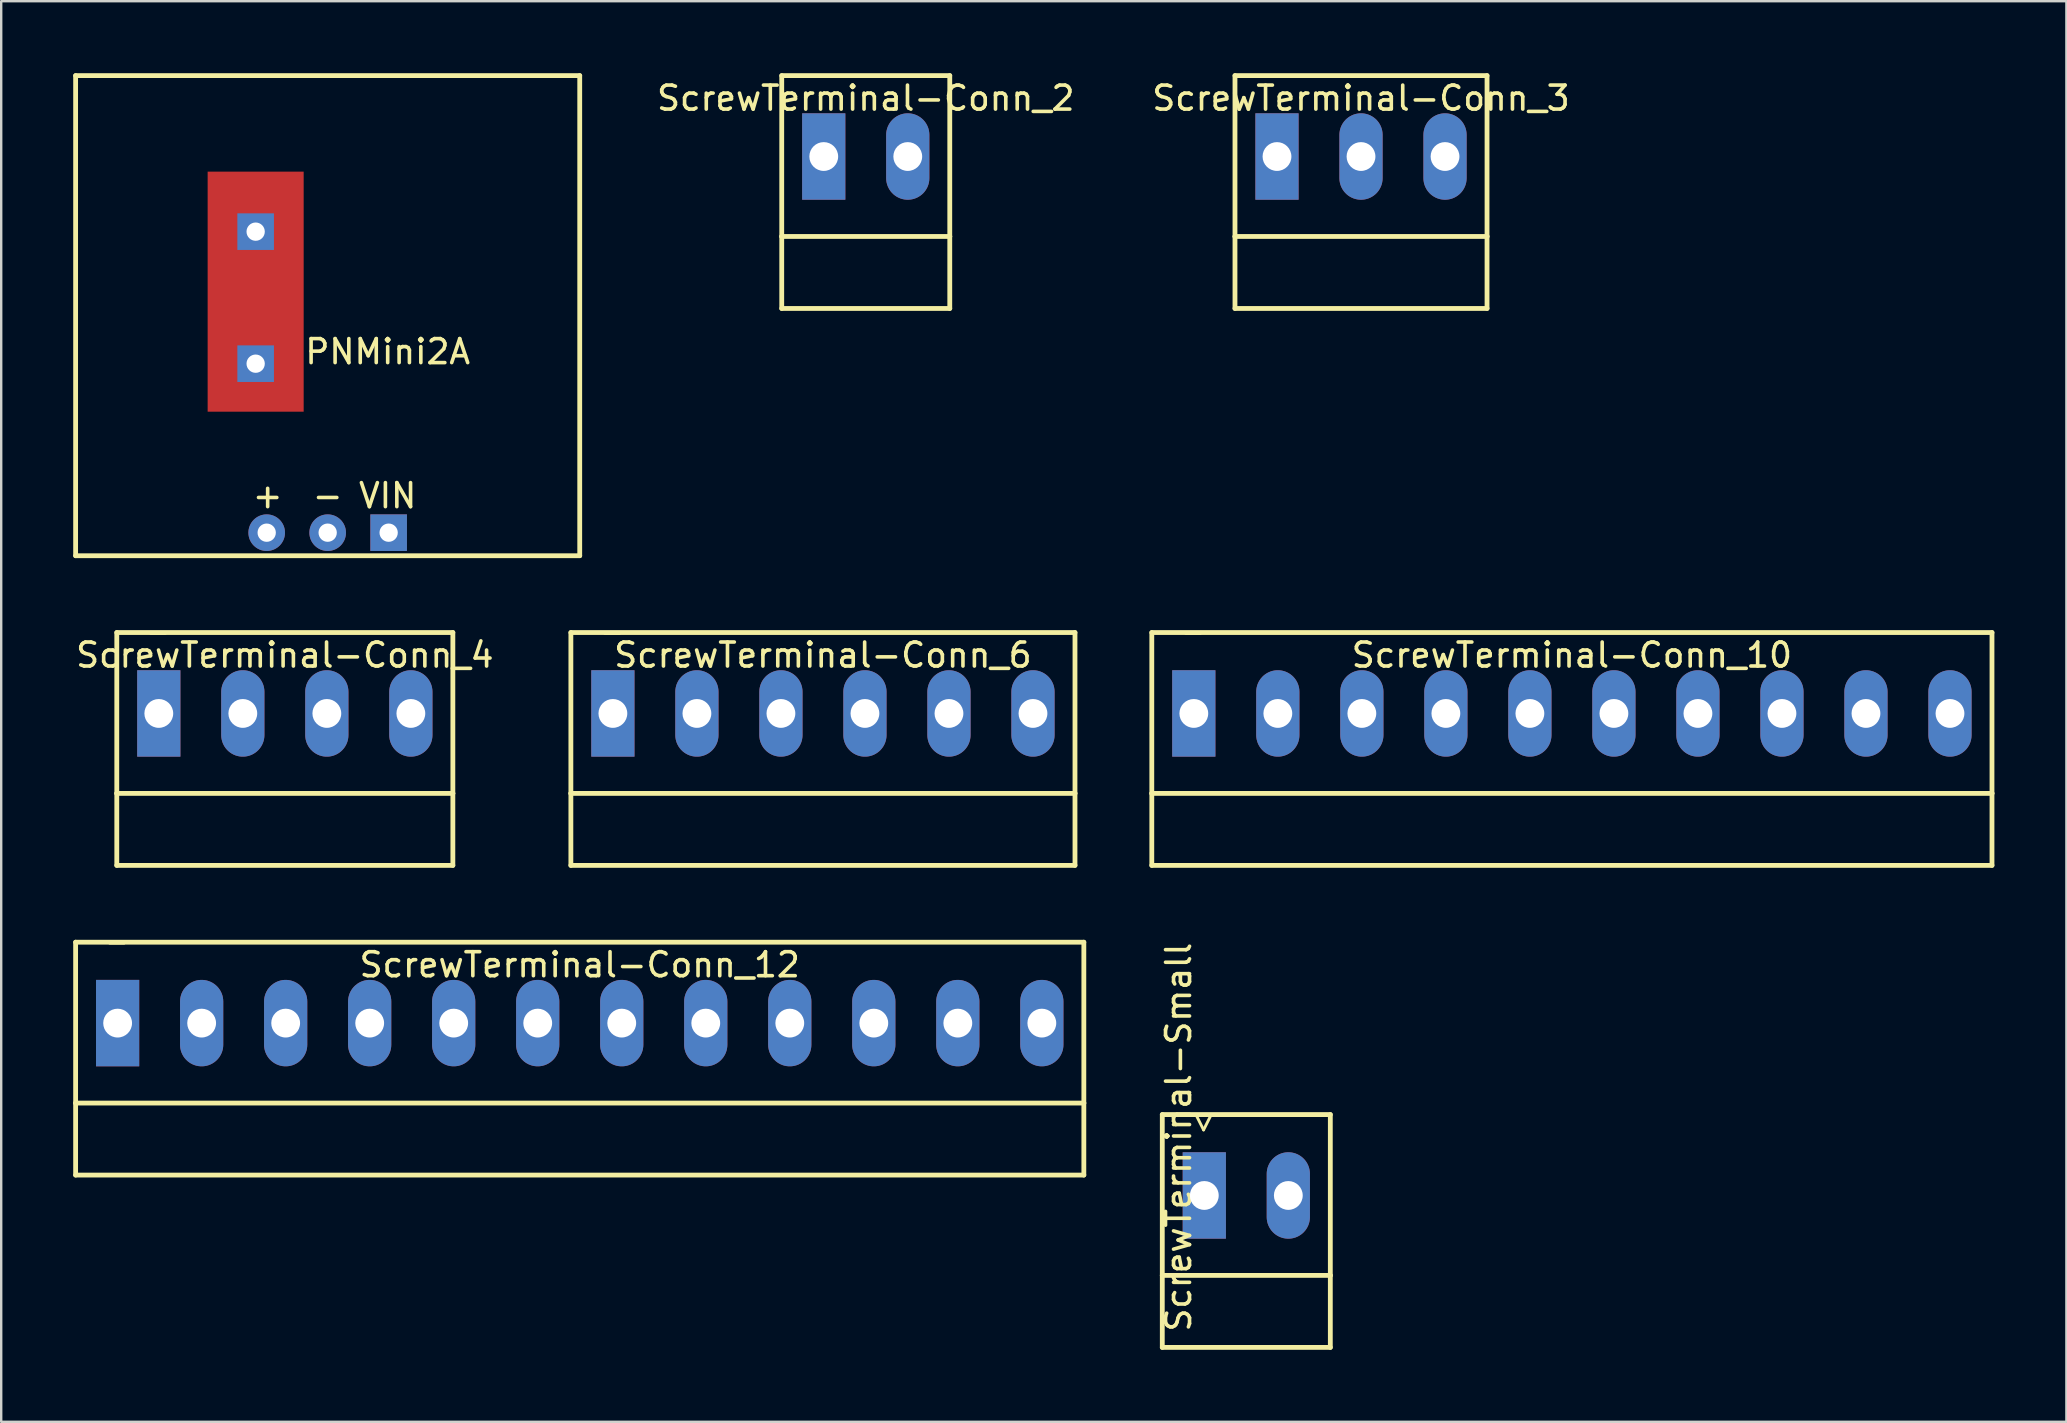
<source format=kicad_pcb>
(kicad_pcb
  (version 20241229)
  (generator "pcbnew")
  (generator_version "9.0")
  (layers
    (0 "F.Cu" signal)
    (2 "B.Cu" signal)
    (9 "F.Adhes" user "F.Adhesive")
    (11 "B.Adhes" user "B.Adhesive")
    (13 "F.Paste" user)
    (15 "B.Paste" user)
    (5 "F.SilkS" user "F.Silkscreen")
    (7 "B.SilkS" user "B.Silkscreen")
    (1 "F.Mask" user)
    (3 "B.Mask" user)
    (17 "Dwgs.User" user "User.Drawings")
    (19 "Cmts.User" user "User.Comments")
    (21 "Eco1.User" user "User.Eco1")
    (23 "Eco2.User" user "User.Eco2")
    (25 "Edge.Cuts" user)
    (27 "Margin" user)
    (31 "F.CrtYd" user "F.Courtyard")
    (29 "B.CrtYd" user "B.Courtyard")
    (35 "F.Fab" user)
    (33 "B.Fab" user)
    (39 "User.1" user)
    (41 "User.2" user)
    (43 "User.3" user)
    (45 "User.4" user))
  (footprint "ScrewTerminal-Conn_6"
    (layer "F.Cu")
    (at 31.231 26.67)
    (property "Reference" "ScrewTerminal-Conn_6" (at 0 -2.43 180) (layer "F.SilkS") (effects (font (size 1 1) (thickness 0.15))))
    (attr through_hole)
    (fp_line (start -10.5 -3.37) (end 10.5 -3.37) (stroke (width 0.2) (type solid)) (layer "F.SilkS"))
    (fp_line (start -10.5 3.33) (end -10.5 -3.37) (stroke (width 0.2) (type solid)) (layer "F.SilkS"))
    (fp_line (start -10.5 3.33) (end 10.5 3.33) (stroke (width 0.2) (type solid)) (layer "F.SilkS"))
    (fp_line (start -10.5 6.33) (end -10.5 3.33) (stroke (width 0.2) (type solid)) (layer "F.SilkS"))
    (fp_line (start -9.08 -3.33) (end -8.48 -3.33) (stroke (width 0.12) (type solid)) (layer "F.SilkS"))
    (fp_line (start 10.5 -3.37) (end 10.5 3.33) (stroke (width 0.2) (type solid)) (layer "F.SilkS"))
    (fp_line (start 10.5 3.33) (end 10.5 6.33) (stroke (width 0.2) (type solid)) (layer "F.SilkS"))
    (fp_line (start 10.5 6.33) (end -10.5 6.33) (stroke (width 0.2) (type solid)) (layer "F.SilkS"))
    (pad "1" thru_hole rect (at -8.75 0) (size 1.8 3.6) (drill 1.2) (layers "*.Cu" "*.Mask"))
    (pad "2" thru_hole oval (at -5.25 0) (size 1.8 3.6) (drill 1.2) (layers "*.Cu" "*.Mask"))
    (pad "3" thru_hole oval (at -1.75 0) (size 1.8 3.6) (drill 1.2) (layers "*.Cu" "*.Mask"))
    (pad "4" thru_hole oval (at 1.75 0) (size 1.8 3.6) (drill 1.2) (layers "*.Cu" "*.Mask"))
    (pad "5" thru_hole oval (at 5.25 0) (size 1.8 3.6) (drill 1.2) (layers "*.Cu" "*.Mask"))
    (pad "6" thru_hole oval (at 8.75 0) (size 1.8 3.6) (drill 1.2) (layers "*.Cu" "*.Mask")))
  (footprint "ScrewTerminal-Conn_10"
    (layer "F.Cu")
    (at 62.431 26.67)
    (property "Reference" "ScrewTerminal-Conn_10" (at 0 -2.43 180) (layer "F.SilkS") (effects (font (size 1 1) (thickness 0.15))))
    (attr through_hole)
    (fp_line (start -17.5 -3.37) (end 17.5 -3.37) (stroke (width 0.2) (type solid)) (layer "F.SilkS"))
    (fp_line (start -17.5 3.33) (end -17.5 -3.37) (stroke (width 0.2) (type solid)) (layer "F.SilkS"))
    (fp_line (start -17.5 3.33) (end 17.5 3.33) (stroke (width 0.2) (type solid)) (layer "F.SilkS"))
    (fp_line (start -17.5 6.33) (end -17.5 3.33) (stroke (width 0.2) (type solid)) (layer "F.SilkS"))
    (fp_line (start -16.08 -3.33) (end -15.48 -3.33) (stroke (width 0.12) (type solid)) (layer "F.SilkS"))
    (fp_line (start 17.5 -3.37) (end 17.5 3.33) (stroke (width 0.2) (type solid)) (layer "F.SilkS"))
    (fp_line (start 17.5 3.33) (end 17.5 6.33) (stroke (width 0.2) (type solid)) (layer "F.SilkS"))
    (fp_line (start 17.5 6.33) (end -17.5 6.33) (stroke (width 0.2) (type solid)) (layer "F.SilkS"))
    (pad "1" thru_hole rect (at -15.75 0) (size 1.8 3.6) (drill 1.2) (layers "*.Cu" "*.Mask"))
    (pad "2" thru_hole oval (at -12.25 0) (size 1.8 3.6) (drill 1.2) (layers "*.Cu" "*.Mask"))
    (pad "3" thru_hole oval (at -8.75 0) (size 1.8 3.6) (drill 1.2) (layers "*.Cu" "*.Mask"))
    (pad "4" thru_hole oval (at -5.25 0) (size 1.8 3.6) (drill 1.2) (layers "*.Cu" "*.Mask"))
    (pad "5" thru_hole oval (at -1.75 0) (size 1.8 3.6) (drill 1.2) (layers "*.Cu" "*.Mask"))
    (pad "6" thru_hole oval (at 1.75 0) (size 1.8 3.6) (drill 1.2) (layers "*.Cu" "*.Mask"))
    (pad "7" thru_hole oval (at 5.25 0) (size 1.8 3.6) (drill 1.2) (layers "*.Cu" "*.Mask"))
    (pad "8" thru_hole oval (at 8.75 0) (size 1.8 3.6) (drill 1.2) (layers "*.Cu" "*.Mask"))
    (pad "9" thru_hole oval (at 12.25 0) (size 1.8 3.6) (drill 1.2) (layers "*.Cu" "*.Mask"))
    (pad "10" thru_hole oval (at 15.75 0) (size 1.8 3.6) (drill 1.2) (layers "*.Cu" "*.Mask")))
  (footprint "ScrewTerminal-Small"
    (layer "F.Cu")
    (at 48.868 46.75)
    (property "Reference" "ScrewTerminal-Small" (at -2.82 -2.43 90) (layer "F.SilkS") (effects (font (size 1 1) (thickness 0.15))))
    (attr through_hole)
    (fp_line (start -3.5 -3.37) (end 3.5 -3.37) (stroke (width 0.2) (type solid)) (layer "F.SilkS"))
    (fp_line (start -3.5 3.33) (end -3.5 -3.37) (stroke (width 0.2) (type solid)) (layer "F.SilkS"))
    (fp_line (start -3.5 3.33) (end 3.5 3.33) (stroke (width 0.2) (type solid)) (layer "F.SilkS"))
    (fp_line (start -3.5 6.33) (end -3.5 3.33) (stroke (width 0.2) (type solid)) (layer "F.SilkS"))
    (fp_line (start -2.08 -3.33) (end -1.48 -3.33) (stroke (width 0.12) (type solid)) (layer "F.SilkS"))
    (fp_line (start -1.78 -2.73) (end -2.08 -3.33) (stroke (width 0.12) (type solid)) (layer "F.SilkS"))
    (fp_line (start -1.48 -3.33) (end -1.78 -2.73) (stroke (width 0.12) (type solid)) (layer "F.SilkS"))
    (fp_line (start 3.5 -3.37) (end 3.5 3.33) (stroke (width 0.2) (type solid)) (layer "F.SilkS"))
    (fp_line (start 3.5 3.33) (end 3.5 6.33) (stroke (width 0.2) (type solid)) (layer "F.SilkS"))
    (fp_line (start 3.5 6.33) (end -3.5 6.33) (stroke (width 0.2) (type solid)) (layer "F.SilkS"))
    (pad "1" thru_hole rect (at -1.75 0) (size 1.8 3.6) (drill 1.2) (layers "*.Cu" "*.Mask"))
    (pad "2" thru_hole oval (at 1.75 0) (size 1.8 3.6) (drill 1.2) (layers "*.Cu" "*.Mask")))
  (footprint "ScrewTerminal-Conn_3"
    (layer "F.Cu")
    (at 53.646 3.47)
    (property "Reference" "ScrewTerminal-Conn_3" (at 0 -2.43 180) (layer "F.SilkS") (effects (font (size 1 1) (thickness 0.15))))
    (attr through_hole)
    (fp_line (start -5.25 -3.37) (end 5.25 -3.37) (stroke (width 0.2) (type solid)) (layer "F.SilkS"))
    (fp_line (start -5.25 3.33) (end -5.25 -3.37) (stroke (width 0.2) (type solid)) (layer "F.SilkS"))
    (fp_line (start -5.25 3.33) (end 5.25 3.33) (stroke (width 0.2) (type solid)) (layer "F.SilkS"))
    (fp_line (start -5.25 6.33) (end -5.25 3.33) (stroke (width 0.2) (type solid)) (layer "F.SilkS"))
    (fp_line (start -3.83 -3.33) (end -3.23 -3.33) (stroke (width 0.12) (type solid)) (layer "F.SilkS"))
    (fp_line (start 5.25 -3.37) (end 5.25 3.33) (stroke (width 0.2) (type solid)) (layer "F.SilkS"))
    (fp_line (start 5.25 3.33) (end 5.25 6.33) (stroke (width 0.2) (type solid)) (layer "F.SilkS"))
    (fp_line (start 5.25 6.33) (end -5.25 6.33) (stroke (width 0.2) (type solid)) (layer "F.SilkS"))
    (pad "1" thru_hole rect (at -3.5 0) (size 1.8 3.6) (drill 1.2) (layers "*.Cu" "*.Mask"))
    (pad "2" thru_hole oval (at 0 0) (size 1.8 3.6) (drill 1.2) (layers "*.Cu" "*.Mask"))
    (pad "3" thru_hole oval (at 3.5 0) (size 1.8 3.6) (drill 1.2) (layers "*.Cu" "*.Mask")))
  (footprint "ScrewTerminal-Conn_4"
    (layer "F.Cu")
    (at 8.815 26.67)
    (property "Reference" "ScrewTerminal-Conn_4" (at 0 -2.43 180) (layer "F.SilkS") (effects (font (size 1 1) (thickness 0.15))))
    (attr through_hole)
    (fp_line (start -7 -3.37) (end 7 -3.37) (stroke (width 0.2) (type solid)) (layer "F.SilkS"))
    (fp_line (start -7 3.33) (end -7 -3.37) (stroke (width 0.2) (type solid)) (layer "F.SilkS"))
    (fp_line (start -7 3.33) (end 7 3.33) (stroke (width 0.2) (type solid)) (layer "F.SilkS"))
    (fp_line (start -7 6.33) (end -7 3.33) (stroke (width 0.2) (type solid)) (layer "F.SilkS"))
    (fp_line (start -5.58 -3.33) (end -4.98 -3.33) (stroke (width 0.12) (type solid)) (layer "F.SilkS"))
    (fp_line (start 7 -3.37) (end 7 3.33) (stroke (width 0.2) (type solid)) (layer "F.SilkS"))
    (fp_line (start 7 3.33) (end 7 6.33) (stroke (width 0.2) (type solid)) (layer "F.SilkS"))
    (fp_line (start 7 6.33) (end -7 6.33) (stroke (width 0.2) (type solid)) (layer "F.SilkS"))
    (pad "1" thru_hole rect (at -5.25 0) (size 1.8 3.6) (drill 1.2) (layers "*.Cu" "*.Mask"))
    (pad "2" thru_hole oval (at -1.75 0) (size 1.8 3.6) (drill 1.2) (layers "*.Cu" "*.Mask"))
    (pad "3" thru_hole oval (at 1.75 0) (size 1.8 3.6) (drill 1.2) (layers "*.Cu" "*.Mask"))
    (pad "4" thru_hole oval (at 5.25 0) (size 1.8 3.6) (drill 1.2) (layers "*.Cu" "*.Mask")))
  (footprint "ScrewTerminal-Conn_12"
    (layer "F.Cu")
    (at 21.1 39.57)
    (property "Reference" "ScrewTerminal-Conn_12" (at 0 -2.43 180) (layer "F.SilkS") (effects (font (size 1 1) (thickness 0.15))))
    (attr through_hole)
    (fp_line (start -21 -3.37) (end 21 -3.37) (stroke (width 0.2) (type solid)) (layer "F.SilkS"))
    (fp_line (start -21 3.33) (end -21 -3.37) (stroke (width 0.2) (type solid)) (layer "F.SilkS"))
    (fp_line (start -21 3.33) (end 21 3.33) (stroke (width 0.2) (type solid)) (layer "F.SilkS"))
    (fp_line (start -21 6.33) (end -21 3.33) (stroke (width 0.2) (type solid)) (layer "F.SilkS"))
    (fp_line (start -19.58 -3.33) (end -18.98 -3.33) (stroke (width 0.12) (type solid)) (layer "F.SilkS"))
    (fp_line (start 21 -3.37) (end 21 3.33) (stroke (width 0.2) (type solid)) (layer "F.SilkS"))
    (fp_line (start 21 3.33) (end 21 6.33) (stroke (width 0.2) (type solid)) (layer "F.SilkS"))
    (fp_line (start 21 6.33) (end -21 6.33) (stroke (width 0.2) (type solid)) (layer "F.SilkS"))
    (pad "1" thru_hole rect (at -19.25 0) (size 1.8 3.6) (drill 1.2) (layers "*.Cu" "*.Mask"))
    (pad "2" thru_hole oval (at -15.75 0) (size 1.8 3.6) (drill 1.2) (layers "*.Cu" "*.Mask"))
    (pad "3" thru_hole oval (at -12.25 0) (size 1.8 3.6) (drill 1.2) (layers "*.Cu" "*.Mask"))
    (pad "4" thru_hole oval (at -8.75 0) (size 1.8 3.6) (drill 1.2) (layers "*.Cu" "*.Mask"))
    (pad "5" thru_hole oval (at -5.25 0) (size 1.8 3.6) (drill 1.2) (layers "*.Cu" "*.Mask"))
    (pad "6" thru_hole oval (at -1.75 0) (size 1.8 3.6) (drill 1.2) (layers "*.Cu" "*.Mask"))
    (pad "7" thru_hole oval (at 1.75 0) (size 1.8 3.6) (drill 1.2) (layers "*.Cu" "*.Mask"))
    (pad "8" thru_hole oval (at 5.25 0) (size 1.8 3.6) (drill 1.2) (layers "*.Cu" "*.Mask"))
    (pad "9" thru_hole oval (at 8.75 0) (size 1.8 3.6) (drill 1.2) (layers "*.Cu" "*.Mask"))
    (pad "10" thru_hole oval (at 12.25 0) (size 1.8 3.6) (drill 1.2) (layers "*.Cu" "*.Mask"))
    (pad "11" thru_hole oval (at 15.75 0) (size 1.8 3.6) (drill 1.2) (layers "*.Cu" "*.Mask"))
    (pad "12" thru_hole oval (at 19.25 0) (size 1.8 3.6) (drill 1.2) (layers "*.Cu" "*.Mask")))
  (footprint "PNMini2A"
    (layer "F.Cu")
    (at 10.6 10.1)
    (property "Reference" "PNMini2A" (at 2.5 1.5 180) (layer "F.SilkS") (effects (font (size 1 1) (thickness 0.15))))
    (attr through_hole)
    (fp_line (start -10.5 -10) (end 10.5 -10) (stroke (width 0.2) (type solid)) (layer "F.SilkS"))
    (fp_line (start -10.5 10) (end -10.5 -10) (stroke (width 0.2) (type solid)) (layer "F.SilkS"))
    (fp_line (start 10.5 -10) (end 10.5 10) (stroke (width 0.2) (type solid)) (layer "F.SilkS"))
    (fp_line (start 10.5 10) (end -10.5 10) (stroke (width 0.2) (type solid)) (layer "F.SilkS"))
    (fp_text user "-" (at 0 7.5 0) (layer "F.SilkS") (effects (font (size 1 1) (thickness 0.15))))
    (fp_text user "VIN" (at 2.5 7.5 180) (layer "F.SilkS") (effects (font (size 1 1) (thickness 0.15))))
    (fp_text user "+" (at -2.5 7.5 0) (layer "F.SilkS") (effects (font (size 1 1) (thickness 0.15))))
    (pad "1" thru_hole rect (at 2.54 9.04 180) (size 1.524 1.524) (drill 0.762) (layers "*.Cu" "*.Mask"))
    (pad "2" thru_hole rect (at -3 -3.5 180) (size 1.524 1.524) (drill 0.762) (layers "*.Cu" "*.Mask"))
    (pad "2" smd rect (at -3 -1 180) (size 4 10) (layers "F.Cu" "F.Mask" "F.Paste"))
    (pad "2" thru_hole rect (at -3 2 180) (size 1.524 1.524) (drill 0.762) (layers "*.Cu" "*.Mask"))
    (pad "2" thru_hole circle (at 0 9.04 180) (size 1.524 1.524) (drill 0.762) (layers "*.Cu" "*.Mask"))
    (pad "3" thru_hole circle (at -2.54 9.04 180) (size 1.524 1.524) (drill 0.762) (layers "*.Cu" "*.Mask")))
  (footprint "ScrewTerminal-Conn_2"
    (layer "F.Cu")
    (at 33.015 3.47)
    (property "Reference" "ScrewTerminal-Conn_2" (at 0 -2.43 180) (layer "F.SilkS") (effects (font (size 1 1) (thickness 0.15))))
    (attr through_hole)
    (fp_line (start -3.5 -3.37) (end 3.5 -3.37) (stroke (width 0.2) (type solid)) (layer "F.SilkS"))
    (fp_line (start -3.5 3.33) (end -3.5 -3.37) (stroke (width 0.2) (type solid)) (layer "F.SilkS"))
    (fp_line (start -3.5 3.33) (end 3.5 3.33) (stroke (width 0.2) (type solid)) (layer "F.SilkS"))
    (fp_line (start -3.5 6.33) (end -3.5 3.33) (stroke (width 0.2) (type solid)) (layer "F.SilkS"))
    (fp_line (start -2.08 -3.33) (end -1.48 -3.33) (stroke (width 0.12) (type solid)) (layer "F.SilkS"))
    (fp_line (start 3.5 -3.37) (end 3.5 3.33) (stroke (width 0.2) (type solid)) (layer "F.SilkS"))
    (fp_line (start 3.5 3.33) (end 3.5 6.33) (stroke (width 0.2) (type solid)) (layer "F.SilkS"))
    (fp_line (start 3.5 6.33) (end -3.5 6.33) (stroke (width 0.2) (type solid)) (layer "F.SilkS"))
    (pad "1" thru_hole rect (at -1.75 0) (size 1.8 3.6) (drill 1.2) (layers "*.Cu" "*.Mask"))
    (pad "2" thru_hole oval (at 1.75 0) (size 1.8 3.6) (drill 1.2) (layers "*.Cu" "*.Mask")))
  (gr_rect
    (start -3 -3)
    (end 83.031 56.18)
    (stroke (width 0.1) (type default))
    (fill no)
    (layer "Edge.Cuts")))
</source>
